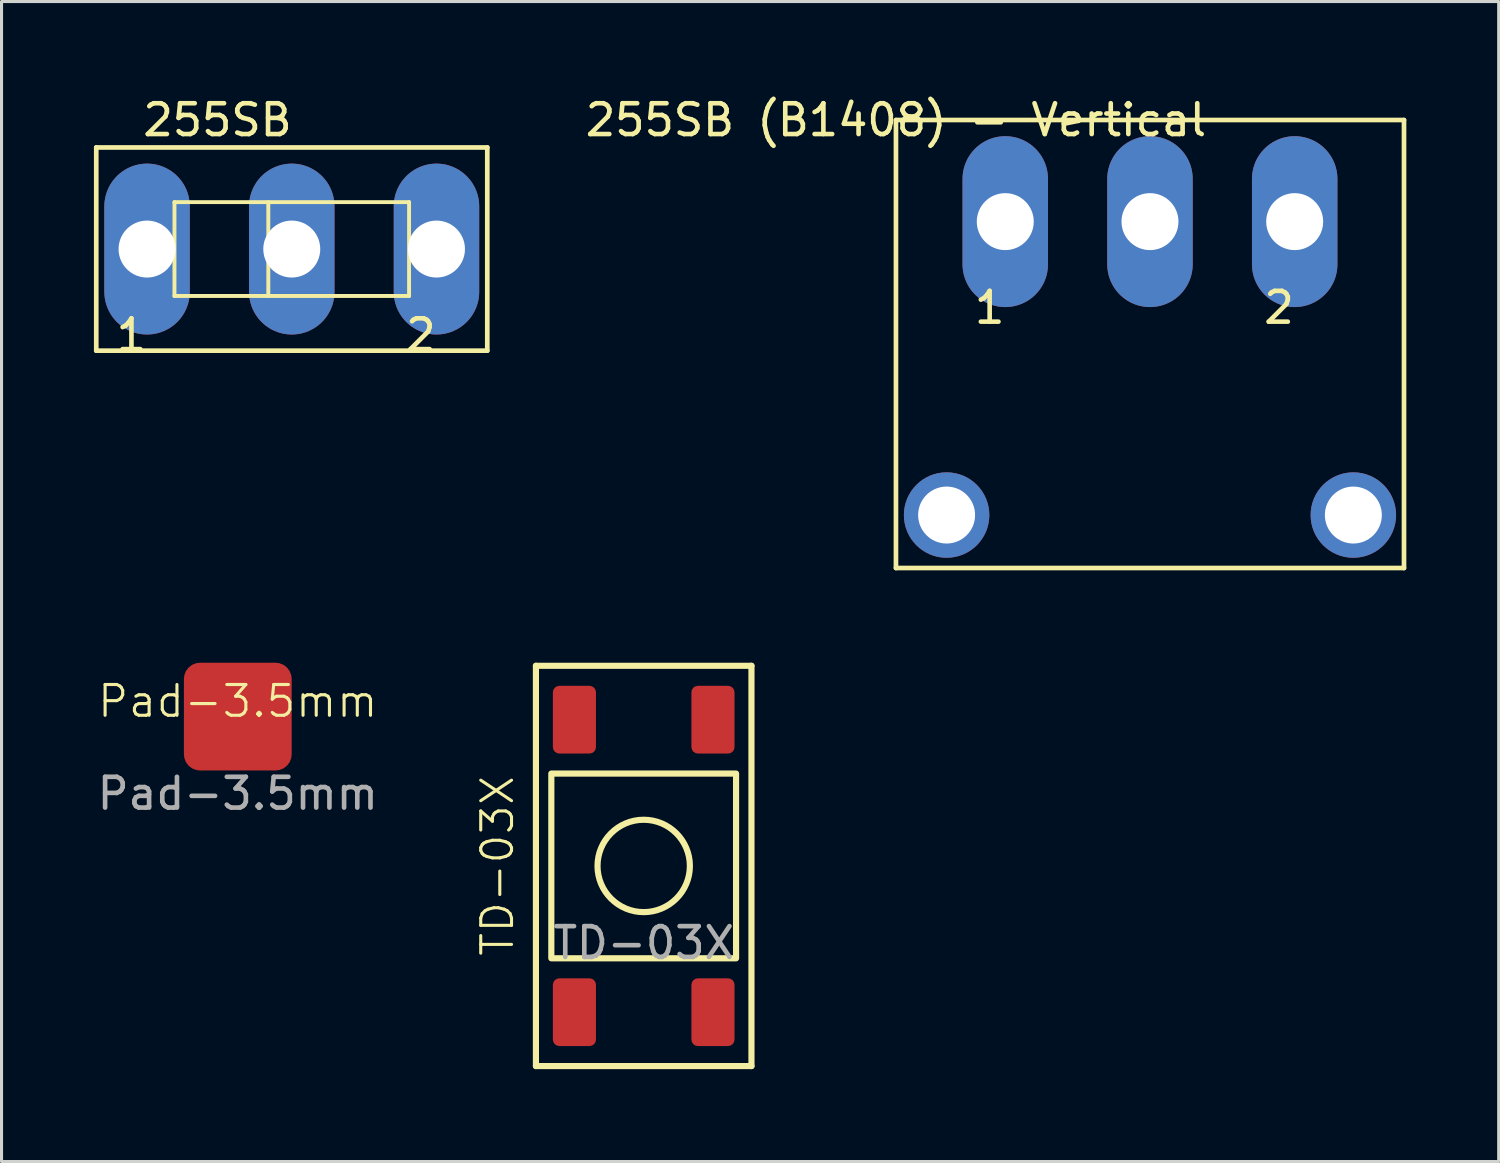
<source format=kicad_pcb>
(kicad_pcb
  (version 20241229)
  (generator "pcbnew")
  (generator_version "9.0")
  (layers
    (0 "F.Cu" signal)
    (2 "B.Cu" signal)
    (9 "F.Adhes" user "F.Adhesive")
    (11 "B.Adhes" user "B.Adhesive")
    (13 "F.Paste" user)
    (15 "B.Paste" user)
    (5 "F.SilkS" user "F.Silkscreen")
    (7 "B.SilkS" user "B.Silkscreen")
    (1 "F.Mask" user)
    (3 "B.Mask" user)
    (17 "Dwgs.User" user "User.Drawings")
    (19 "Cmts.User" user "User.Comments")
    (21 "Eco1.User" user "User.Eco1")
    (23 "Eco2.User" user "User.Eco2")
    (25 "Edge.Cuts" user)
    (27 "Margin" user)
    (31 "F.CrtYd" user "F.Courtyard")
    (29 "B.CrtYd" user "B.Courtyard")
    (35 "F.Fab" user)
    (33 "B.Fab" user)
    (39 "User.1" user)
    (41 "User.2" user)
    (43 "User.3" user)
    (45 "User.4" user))
  (footprint "255SB"
    (layer "F.Cu")
    (at 6.426 5.039)
    (property "Reference" "255SB" (at -2.413 -4.191 0) (layer "F.SilkS") (effects (font (size 1 1) (thickness 0.15))))
    (attr through_hole)
    (fp_line (start -6.35 -3.3) (end -6.35 3.3) (stroke (width 0.152) (type solid)) (layer "F.SilkS"))
    (fp_line (start -6.35 -3.3) (end 6.35 -3.3) (stroke (width 0.152) (type solid)) (layer "F.SilkS"))
    (fp_line (start -3.81 -1.524) (end -3.81 1.524) (stroke (width 0.127) (type solid)) (layer "F.SilkS"))
    (fp_line (start -3.81 -1.524) (end 3.81 -1.524) (stroke (width 0.127) (type solid)) (layer "F.SilkS"))
    (fp_line (start -3.81 1.524) (end 3.81 1.524) (stroke (width 0.127) (type solid)) (layer "F.SilkS"))
    (fp_line (start -0.762 1.524) (end -0.762 -1.524) (stroke (width 0.127) (type solid)) (layer "F.SilkS"))
    (fp_line (start 3.81 -1.524) (end 3.81 1.524) (stroke (width 0.127) (type solid)) (layer "F.SilkS"))
    (fp_line (start 6.35 3.3) (end -6.35 3.3) (stroke (width 0.152) (type solid)) (layer "F.SilkS"))
    (fp_line (start 6.35 3.3) (end 6.35 -3.3) (stroke (width 0.152) (type solid)) (layer "F.SilkS"))
    (fp_text user "2" (at 4.191 2.794 0) (layer "F.SilkS") (effects (font (size 1 1) (thickness 0.15))))
    (fp_text user "1" (at -5.207 2.794 0) (layer "F.SilkS") (effects (font (size 1 1) (thickness 0.15))))
    (pad "1" thru_hole oval (at -4.7 0) (size 2.775 5.55) (drill 1.85) (layers "*.Cu" "*.Mask"))
    (pad "2" thru_hole oval (at 0 0) (size 2.775 5.55) (drill 1.85) (layers "*.Cu" "*.Mask"))
    (pad "3" thru_hole oval (at 4.7 0) (size 2.775 5.55) (drill 1.85) (layers "*.Cu" "*.Mask")))
  (footprint "Pad-3.5mm"
    (layer "F.Cu")
    (at 4.673 20.224)
    (property "Reference" "Pad-3.5mm" (at 0 -0.5 0) (unlocked yes) (layer "F.SilkS") (effects (font (size 1 1) (thickness 0.1))))
    (attr smd)
    (fp_text user "${REFERENCE}" (at 0 2.5 0) (unlocked yes) (layer "F.Fab") (effects (font (size 1 1) (thickness 0.15))))
    (pad "1" smd roundrect (at 0 0) (size 3.5 3.5) (layers "F.Cu" "F.Mask") (roundrect_rratio 0.15)))
  (footprint "TD-03X"
    (layer "F.Cu")
    (at 17.856 25.074)
    (property "Reference" "TD-03X" (at -4.75 0 90) (unlocked yes) (layer "F.SilkS") (effects (font (size 1 1) (thickness 0.1))))
    (attr smd)
    (fp_line (start -3.5 -6.5) (end 3.5 -6.5) (stroke (width 0.2) (type solid)) (layer "F.SilkS"))
    (fp_line (start -3.5 6.5) (end -3.5 -6.5) (stroke (width 0.2) (type solid)) (layer "F.SilkS"))
    (fp_line (start 3.5 -6.5) (end 3.5 6.5) (stroke (width 0.2) (type solid)) (layer "F.SilkS"))
    (fp_line (start 3.5 6.5) (end -3.5 6.5) (stroke (width 0.2) (type solid)) (layer "F.SilkS"))
    (fp_rect (start -3 -3) (end 3 3) (stroke (width 0.2) (type solid)) (fill no) (layer "F.SilkS"))
    (fp_circle (center 0 0) (end 1.5 0) (stroke (width 0.2) (type solid)) (fill no) (layer "F.SilkS"))
    (fp_text user "${REFERENCE}" (at 0 2.5 0) (unlocked yes) (layer "F.Fab") (effects (font (size 1 1) (thickness 0.15))))
    (pad "1" smd roundrect (at 2.25 -4.75) (size 1.4 2.2) (layers "F.Cu" "F.Mask") (roundrect_rratio 0.15))
    (pad "1" smd roundrect (at 2.25 4.75) (size 1.4 2.2) (layers "F.Cu" "F.Mask") (roundrect_rratio 0.15))
    (pad "2" smd roundrect (at -2.25 -4.75) (size 1.4 2.2) (layers "F.Cu" "F.Mask") (roundrect_rratio 0.15))
    (pad "2" smd roundrect (at -2.25 4.75) (size 1.4 2.2) (layers "F.Cu" "F.Mask") (roundrect_rratio 0.15)))
  (footprint "255SB (B1408) - Vertical"
    (layer "F.Cu")
    (at 34.299 4.148)
    (property "Reference" "255SB (B1408) - Vertical" (at -8.25 -3.3 0) (layer "F.SilkS") (effects (font (size 1 1) (thickness 0.15))))
    (attr through_hole)
    (fp_line (start -8.25 -3.3) (end -8.25 11.25) (stroke (width 0.152) (type solid)) (layer "F.SilkS"))
    (fp_line (start -8.25 -3.3) (end 8.25 -3.3) (stroke (width 0.152) (type solid)) (layer "F.SilkS"))
    (fp_line (start 8.25 11.25) (end -8.25 11.25) (stroke (width 0.152) (type solid)) (layer "F.SilkS"))
    (fp_line (start 8.25 11.25) (end 8.25 -3.3) (stroke (width 0.152) (type solid)) (layer "F.SilkS"))
    (fp_text user "2" (at 4.191 2.794 0) (layer "F.SilkS") (effects (font (size 1 1) (thickness 0.15))))
    (fp_text user "1" (at -5.207 2.794 0) (layer "F.SilkS") (effects (font (size 1 1) (thickness 0.15))))
    (pad "1" thru_hole oval (at -4.7 0) (size 2.775 5.55) (drill 1.85) (layers "*.Cu" "*.Mask"))
    (pad "2" thru_hole oval (at 0 0) (size 2.775 5.55) (drill 1.85) (layers "*.Cu" "*.Mask"))
    (pad "3" thru_hole oval (at 4.7 0) (size 2.775 5.55) (drill 1.85) (layers "*.Cu" "*.Mask"))
    (pad "4" thru_hole circle (at -6.605 9.53) (size 2.775 2.775) (drill 1.85) (layers "*.Cu" "*.Mask"))
    (pad "5" thru_hole circle (at 6.605 9.53) (size 2.775 2.775) (drill 1.85) (layers "*.Cu" "*.Mask")))
  (gr_rect
    (start -3 -3)
    (end 45.625 34.674)
    (stroke (width 0.1) (type default))
    (fill no)
    (layer "Edge.Cuts")))
</source>
